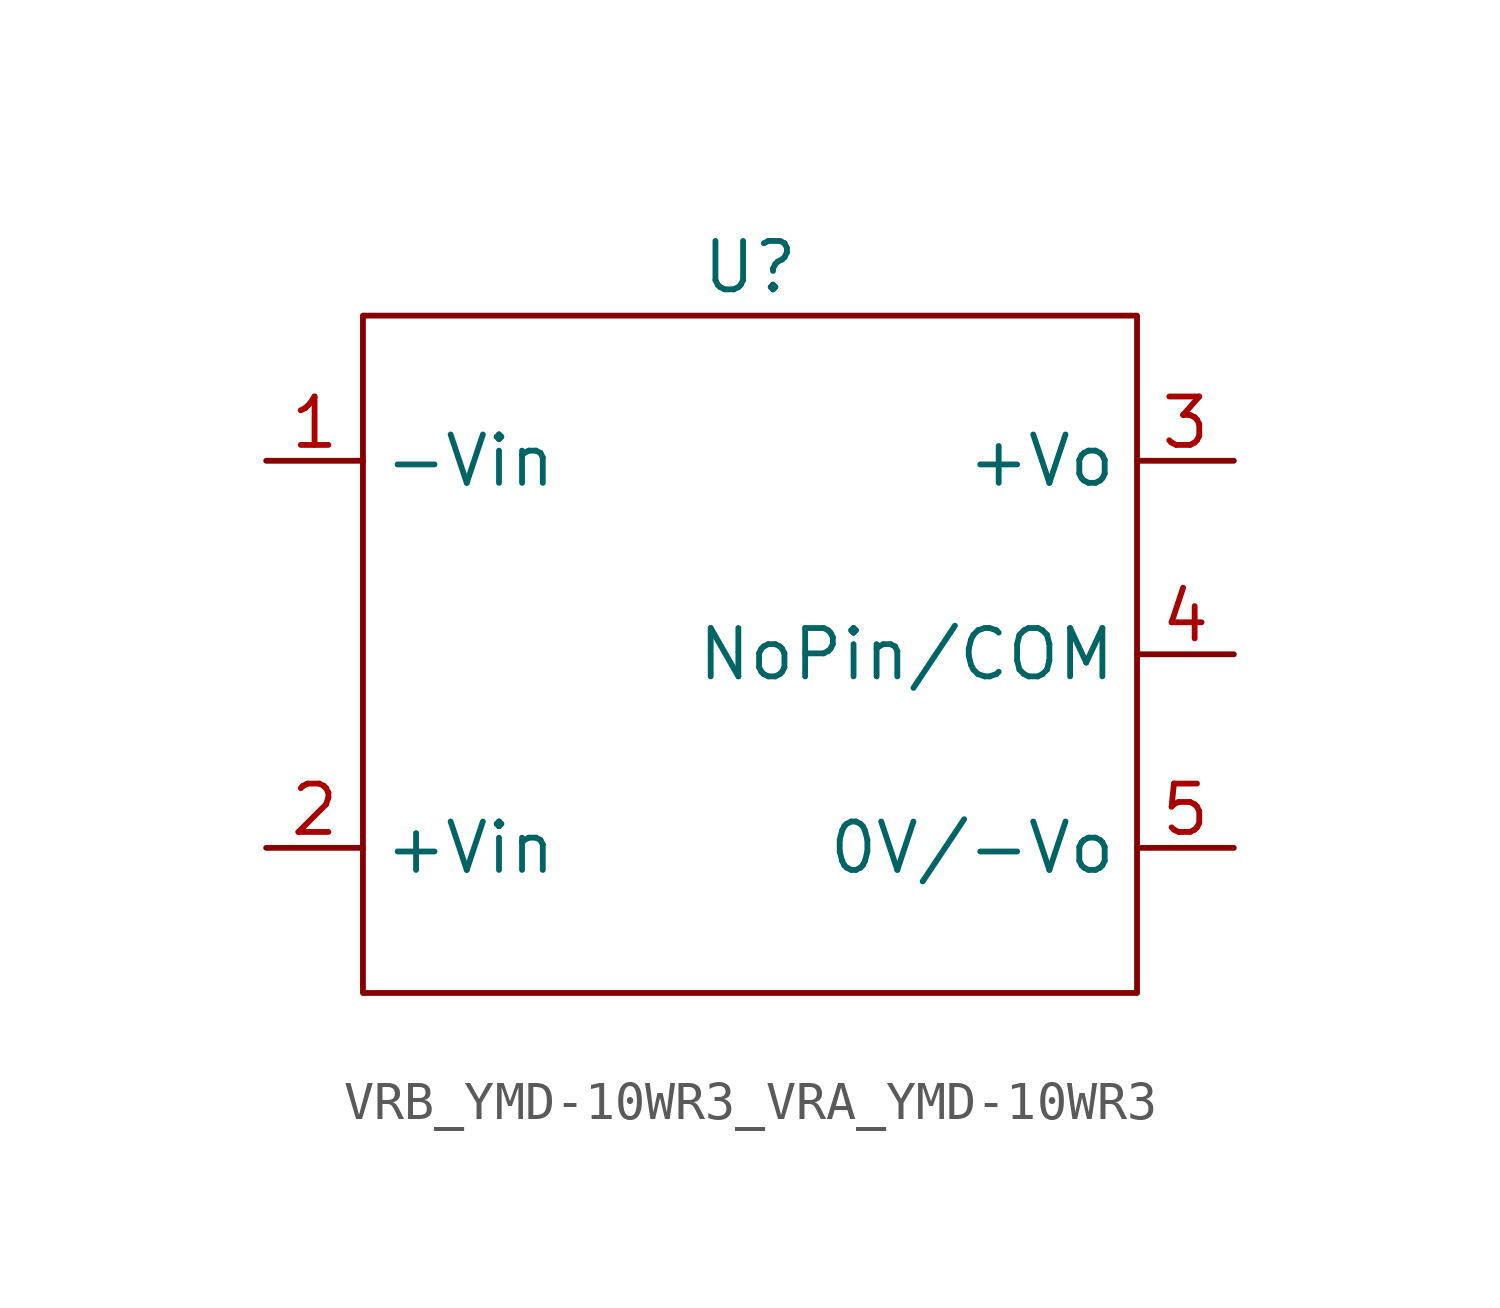
<source format=kicad_sym>
(kicad_symbol_lib
  (version 20220914)
  (generator kicad_symbol_editor)
  (symbol "VRB_YMD-10WR3_VRA_YMD-10WR3"
    (property "Reference" "U"
      (at 0 10.16 0)
      (effects (font (size 1.27 1.27))))
    (property "Value" ""
      (at -1.27 0 0)
      (effects (font (size 1.27 1.27))))
    (symbol "VRB_YMD-10WR3_VRA_YMD-10WR3_0_1"
      (polyline (pts (xy -10.16 8.89) (xy -10.16 -8.89) (xy 10.16 -8.89) (xy 10.16 8.89) (xy -10.16 8.89)) (stroke (width 0) (type default)) (fill (type none))))
    (symbol "VRB_YMD-10WR3_VRA_YMD-10WR3_1_1"
      (pin power_in line (at -12.7 5.08 0) (length 2.54) (name "-Vin" (effects (font (size 1.27 1.27)))) (number "1" (effects (font (size 1.27 1.27)))))
      (pin power_in line (at -12.7 -5.08 0) (length 2.54) (name "+Vin" (effects (font (size 1.27 1.27)))) (number "2" (effects (font (size 1.27 1.27)))))
      (pin power_out line (at 12.7 5.08 180) (length 2.54) (name "+Vo" (effects (font (size 1.27 1.27)))) (number "3" (effects (font (size 1.27 1.27)))))
      (pin power_out line (at 12.7 0 180) (length 2.54) (name "NoPin/COM" (effects (font (size 1.27 1.27)))) (number "4" (effects (font (size 1.27 1.27)))))
      (pin power_out line (at 12.7 -5.08 180) (length 2.54) (name "0V/-Vo" (effects (font (size 1.27 1.27)))) (number "5" (effects (font (size 1.27 1.27))))))))
</source>
